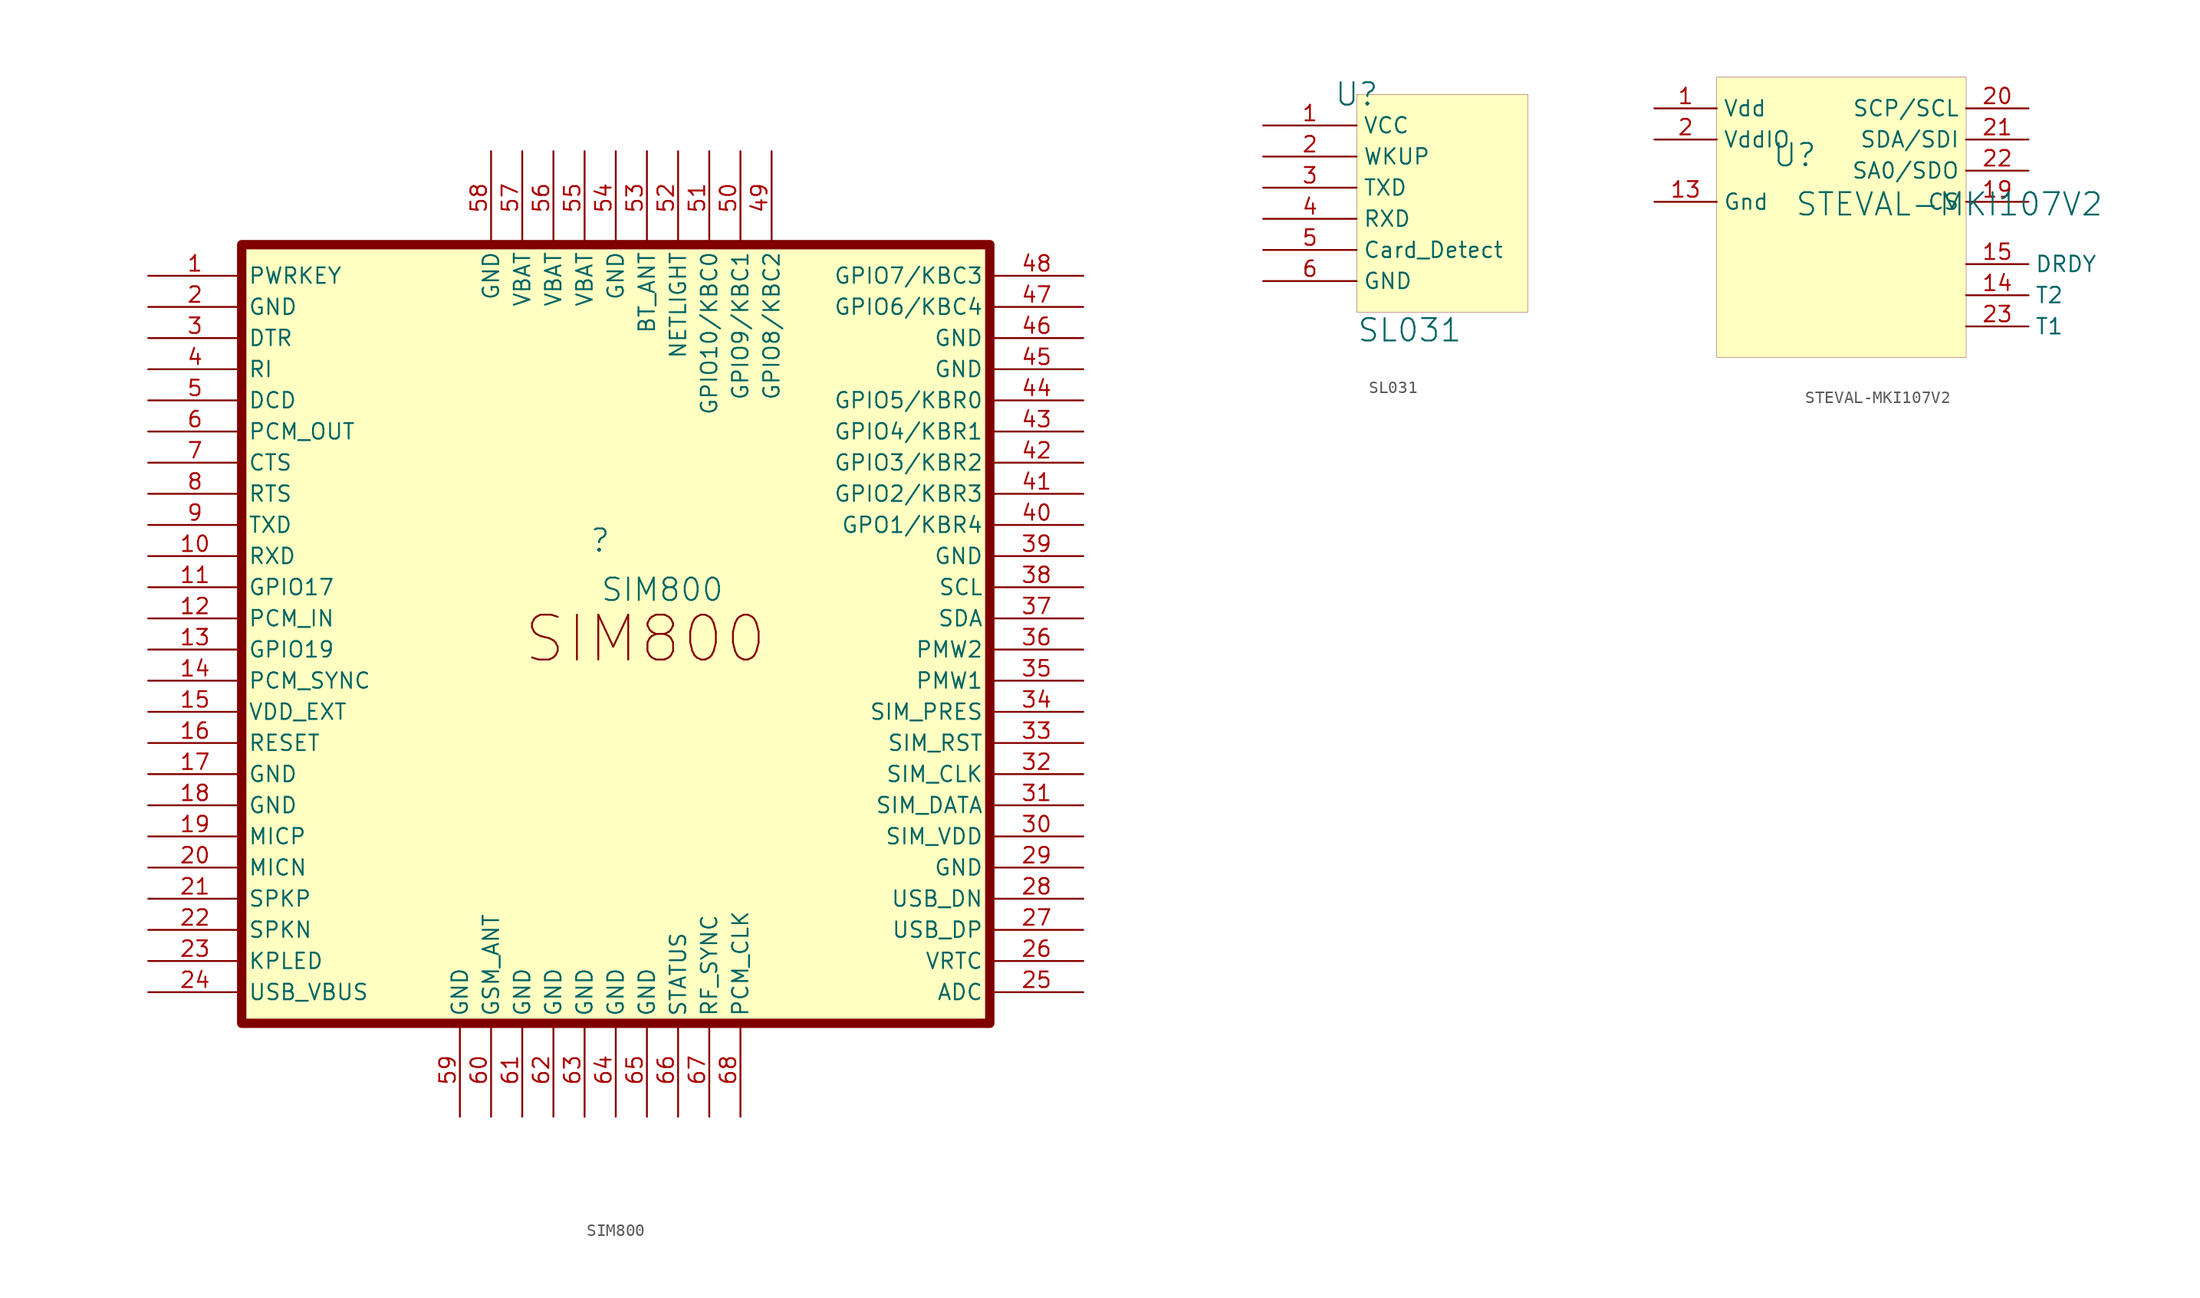
<source format=kicad_sym>
(kicad_symbol_lib
  (version 20241209)
  (generator "kicad_symbol_editor")
  (generator_version "9.0")
  (symbol "SIM800"
    (property "Reference" ""
      (at -1.27 1.27 0)
      (effects (font (size 1.829 1.829))))
    (property "Value" "SIM800"
      (at -1.27 -3.81 0)
      (effects (font (size 1.829 1.829)) (justify left bottom)))
    (symbol "SIM800_1_0"
      (polyline (pts (xy -30.48 -38.1) (xy -30.48 25.4) (xy 30.48 25.4) (xy 30.48 -38.1) (xy -30.48 -38.1)) (stroke (width 0) (type solid) (color 175 155 143 1)) (fill (type none)))
      (rectangle (start 30.48 25.4) (end -30.48 -38.1) (stroke (width 0.762) (type solid) (color 128 0 0 1)) (fill (type background)))
      (text "SIM800" (at -7.62 -8.89 0) (effects (font (size 3.658 3.658)) (justify left bottom)))
      (pin passive line (at -38.1 22.86 0) (length 7.62) (name "PWRKEY" (effects (font (size 1.27 1.27)))) (number "1" (effects (font (size 1.27 1.27)))))
      (pin passive line (at -38.1 20.32 0) (length 7.62) (name "GND" (effects (font (size 1.27 1.27)))) (number "2" (effects (font (size 1.27 1.27)))))
      (pin passive line (at -38.1 17.78 0) (length 7.62) (name "DTR" (effects (font (size 1.27 1.27)))) (number "3" (effects (font (size 1.27 1.27)))))
      (pin passive line (at -38.1 15.24 0) (length 7.62) (name "RI" (effects (font (size 1.27 1.27)))) (number "4" (effects (font (size 1.27 1.27)))))
      (pin passive line (at -38.1 12.7 0) (length 7.62) (name "DCD" (effects (font (size 1.27 1.27)))) (number "5" (effects (font (size 1.27 1.27)))))
      (pin passive line (at -38.1 10.16 0) (length 7.62) (name "PCM_OUT" (effects (font (size 1.27 1.27)))) (number "6" (effects (font (size 1.27 1.27)))))
      (pin passive line (at -38.1 7.62 0) (length 7.62) (name "CTS" (effects (font (size 1.27 1.27)))) (number "7" (effects (font (size 1.27 1.27)))))
      (pin passive line (at -38.1 5.08 0) (length 7.62) (name "RTS" (effects (font (size 1.27 1.27)))) (number "8" (effects (font (size 1.27 1.27)))))
      (pin passive line (at -38.1 2.54 0) (length 7.62) (name "TXD" (effects (font (size 1.27 1.27)))) (number "9" (effects (font (size 1.27 1.27)))))
      (pin passive line (at -38.1 0 0) (length 7.62) (name "RXD" (effects (font (size 1.27 1.27)))) (number "10" (effects (font (size 1.27 1.27)))))
      (pin passive line (at -38.1 -2.54 0) (length 7.62) (name "GPIO17" (effects (font (size 1.27 1.27)))) (number "11" (effects (font (size 1.27 1.27)))))
      (pin passive line (at -38.1 -5.08 0) (length 7.62) (name "PCM_IN" (effects (font (size 1.27 1.27)))) (number "12" (effects (font (size 1.27 1.27)))))
      (pin passive line (at -38.1 -7.62 0) (length 7.62) (name "GPIO19" (effects (font (size 1.27 1.27)))) (number "13" (effects (font (size 1.27 1.27)))))
      (pin passive line (at -38.1 -10.16 0) (length 7.62) (name "PCM_SYNC" (effects (font (size 1.27 1.27)))) (number "14" (effects (font (size 1.27 1.27)))))
      (pin passive line (at -38.1 -12.7 0) (length 7.62) (name "VDD_EXT" (effects (font (size 1.27 1.27)))) (number "15" (effects (font (size 1.27 1.27)))))
      (pin passive line (at -38.1 -15.24 0) (length 7.62) (name "RESET" (effects (font (size 1.27 1.27)))) (number "16" (effects (font (size 1.27 1.27)))))
      (pin passive line (at -38.1 -17.78 0) (length 7.62) (name "GND" (effects (font (size 1.27 1.27)))) (number "17" (effects (font (size 1.27 1.27)))))
      (pin passive line (at -38.1 -20.32 0) (length 7.62) (name "GND" (effects (font (size 1.27 1.27)))) (number "18" (effects (font (size 1.27 1.27)))))
      (pin passive line (at -38.1 -22.86 0) (length 7.62) (name "MICP" (effects (font (size 1.27 1.27)))) (number "19" (effects (font (size 1.27 1.27)))))
      (pin passive line (at -38.1 -25.4 0) (length 7.62) (name "MICN" (effects (font (size 1.27 1.27)))) (number "20" (effects (font (size 1.27 1.27)))))
      (pin passive line (at -38.1 -27.94 0) (length 7.62) (name "SPKP" (effects (font (size 1.27 1.27)))) (number "21" (effects (font (size 1.27 1.27)))))
      (pin passive line (at -38.1 -30.48 0) (length 7.62) (name "SPKN" (effects (font (size 1.27 1.27)))) (number "22" (effects (font (size 1.27 1.27)))))
      (pin passive line (at -38.1 -33.02 0) (length 7.62) (name "KPLED" (effects (font (size 1.27 1.27)))) (number "23" (effects (font (size 1.27 1.27)))))
      (pin passive line (at -38.1 -35.56 0) (length 7.62) (name "USB_VBUS" (effects (font (size 1.27 1.27)))) (number "24" (effects (font (size 1.27 1.27)))))
      (pin passive line (at -12.7 -45.72 90) (length 7.62) (name "GND" (effects (font (size 1.27 1.27)))) (number "59" (effects (font (size 1.27 1.27)))))
      (pin passive line (at -10.16 33.02 270) (length 7.62) (name "GND" (effects (font (size 1.27 1.27)))) (number "58" (effects (font (size 1.27 1.27)))))
      (pin passive line (at -10.16 -45.72 90) (length 7.62) (name "GSM_ANT" (effects (font (size 1.27 1.27)))) (number "60" (effects (font (size 1.27 1.27)))))
      (pin passive line (at -7.62 33.02 270) (length 7.62) (name "VBAT" (effects (font (size 1.27 1.27)))) (number "57" (effects (font (size 1.27 1.27)))))
      (pin passive line (at -7.62 -45.72 90) (length 7.62) (name "GND" (effects (font (size 1.27 1.27)))) (number "61" (effects (font (size 1.27 1.27)))))
      (pin passive line (at -5.08 33.02 270) (length 7.62) (name "VBAT" (effects (font (size 1.27 1.27)))) (number "56" (effects (font (size 1.27 1.27)))))
      (pin passive line (at -5.08 -45.72 90) (length 7.62) (name "GND" (effects (font (size 1.27 1.27)))) (number "62" (effects (font (size 1.27 1.27)))))
      (pin passive line (at -2.54 33.02 270) (length 7.62) (name "VBAT" (effects (font (size 1.27 1.27)))) (number "55" (effects (font (size 1.27 1.27)))))
      (pin passive line (at -2.54 -45.72 90) (length 7.62) (name "GND" (effects (font (size 1.27 1.27)))) (number "63" (effects (font (size 1.27 1.27)))))
      (pin passive line (at 0 33.02 270) (length 7.62) (name "GND" (effects (font (size 1.27 1.27)))) (number "54" (effects (font (size 1.27 1.27)))))
      (pin passive line (at 0 -45.72 90) (length 7.62) (name "GND" (effects (font (size 1.27 1.27)))) (number "64" (effects (font (size 1.27 1.27)))))
      (pin passive line (at 2.54 33.02 270) (length 7.62) (name "BT_ANT" (effects (font (size 1.27 1.27)))) (number "53" (effects (font (size 1.27 1.27)))))
      (pin passive line (at 2.54 -45.72 90) (length 7.62) (name "GND" (effects (font (size 1.27 1.27)))) (number "65" (effects (font (size 1.27 1.27)))))
      (pin passive line (at 5.08 33.02 270) (length 7.62) (name "NETLIGHT" (effects (font (size 1.27 1.27)))) (number "52" (effects (font (size 1.27 1.27)))))
      (pin passive line (at 5.08 -45.72 90) (length 7.62) (name "STATUS" (effects (font (size 1.27 1.27)))) (number "66" (effects (font (size 1.27 1.27)))))
      (pin passive line (at 7.62 33.02 270) (length 7.62) (name "GPIO10/KBC0" (effects (font (size 1.27 1.27)))) (number "51" (effects (font (size 1.27 1.27)))))
      (pin passive line (at 7.62 -45.72 90) (length 7.62) (name "RF_SYNC" (effects (font (size 1.27 1.27)))) (number "67" (effects (font (size 1.27 1.27)))))
      (pin passive line (at 10.16 33.02 270) (length 7.62) (name "GPIO9/KBC1" (effects (font (size 1.27 1.27)))) (number "50" (effects (font (size 1.27 1.27)))))
      (pin passive line (at 10.16 -45.72 90) (length 7.62) (name "PCM_CLK" (effects (font (size 1.27 1.27)))) (number "68" (effects (font (size 1.27 1.27)))))
      (pin passive line (at 12.7 33.02 270) (length 7.62) (name "GPIO8/KBC2" (effects (font (size 1.27 1.27)))) (number "49" (effects (font (size 1.27 1.27)))))
      (pin passive line (at 38.1 22.86 180) (length 7.62) (name "GPIO7/KBC3" (effects (font (size 1.27 1.27)))) (number "48" (effects (font (size 1.27 1.27)))))
      (pin passive line (at 38.1 20.32 180) (length 7.62) (name "GPIO6/KBC4" (effects (font (size 1.27 1.27)))) (number "47" (effects (font (size 1.27 1.27)))))
      (pin passive line (at 38.1 17.78 180) (length 7.62) (name "GND" (effects (font (size 1.27 1.27)))) (number "46" (effects (font (size 1.27 1.27)))))
      (pin passive line (at 38.1 15.24 180) (length 7.62) (name "GND" (effects (font (size 1.27 1.27)))) (number "45" (effects (font (size 1.27 1.27)))))
      (pin passive line (at 38.1 12.7 180) (length 7.62) (name "GPIO5/KBR0" (effects (font (size 1.27 1.27)))) (number "44" (effects (font (size 1.27 1.27)))))
      (pin passive line (at 38.1 10.16 180) (length 7.62) (name "GPIO4/KBR1" (effects (font (size 1.27 1.27)))) (number "43" (effects (font (size 1.27 1.27)))))
      (pin passive line (at 38.1 7.62 180) (length 7.62) (name "GPIO3/KBR2" (effects (font (size 1.27 1.27)))) (number "42" (effects (font (size 1.27 1.27)))))
      (pin passive line (at 38.1 5.08 180) (length 7.62) (name "GPIO2/KBR3" (effects (font (size 1.27 1.27)))) (number "41" (effects (font (size 1.27 1.27)))))
      (pin passive line (at 38.1 2.54 180) (length 7.62) (name "GPO1/KBR4" (effects (font (size 1.27 1.27)))) (number "40" (effects (font (size 1.27 1.27)))))
      (pin passive line (at 38.1 0 180) (length 7.62) (name "GND" (effects (font (size 1.27 1.27)))) (number "39" (effects (font (size 1.27 1.27)))))
      (pin passive line (at 38.1 -2.54 180) (length 7.62) (name "SCL" (effects (font (size 1.27 1.27)))) (number "38" (effects (font (size 1.27 1.27)))))
      (pin passive line (at 38.1 -5.08 180) (length 7.62) (name "SDA" (effects (font (size 1.27 1.27)))) (number "37" (effects (font (size 1.27 1.27)))))
      (pin passive line (at 38.1 -7.62 180) (length 7.62) (name "PMW2" (effects (font (size 1.27 1.27)))) (number "36" (effects (font (size 1.27 1.27)))))
      (pin passive line (at 38.1 -10.16 180) (length 7.62) (name "PMW1" (effects (font (size 1.27 1.27)))) (number "35" (effects (font (size 1.27 1.27)))))
      (pin passive line (at 38.1 -12.7 180) (length 7.62) (name "SIM_PRES" (effects (font (size 1.27 1.27)))) (number "34" (effects (font (size 1.27 1.27)))))
      (pin passive line (at 38.1 -15.24 180) (length 7.62) (name "SIM_RST" (effects (font (size 1.27 1.27)))) (number "33" (effects (font (size 1.27 1.27)))))
      (pin passive line (at 38.1 -17.78 180) (length 7.62) (name "SIM_CLK" (effects (font (size 1.27 1.27)))) (number "32" (effects (font (size 1.27 1.27)))))
      (pin passive line (at 38.1 -20.32 180) (length 7.62) (name "SIM_DATA" (effects (font (size 1.27 1.27)))) (number "31" (effects (font (size 1.27 1.27)))))
      (pin passive line (at 38.1 -22.86 180) (length 7.62) (name "SIM_VDD" (effects (font (size 1.27 1.27)))) (number "30" (effects (font (size 1.27 1.27)))))
      (pin passive line (at 38.1 -25.4 180) (length 7.62) (name "GND" (effects (font (size 1.27 1.27)))) (number "29" (effects (font (size 1.27 1.27)))))
      (pin passive line (at 38.1 -27.94 180) (length 7.62) (name "USB_DN" (effects (font (size 1.27 1.27)))) (number "28" (effects (font (size 1.27 1.27)))))
      (pin passive line (at 38.1 -30.48 180) (length 7.62) (name "USB_DP" (effects (font (size 1.27 1.27)))) (number "27" (effects (font (size 1.27 1.27)))))
      (pin passive line (at 38.1 -33.02 180) (length 7.62) (name "VRTC" (effects (font (size 1.27 1.27)))) (number "26" (effects (font (size 1.27 1.27)))))
      (pin passive line (at 38.1 -35.56 180) (length 7.62) (name "ADC" (effects (font (size 1.27 1.27)))) (number "25" (effects (font (size 1.27 1.27)))))))
  (symbol "SL031"
    (property "Reference" "U"
      (at -3.81 7.62 0)
      (effects (font (size 1.829 1.829))))
    (property "Value" "SL031"
      (at -3.81 -12.7 0)
      (effects (font (size 1.829 1.829)) (justify left bottom)))
    (symbol "SL031_1_0"
      (rectangle (start 10.16 7.62) (end -3.81 -10.16) (stroke (width 0.025) (type solid) (color 128 0 0 1)) (fill (type background)))
      (pin power_in line (at -11.43 5.08 0) (length 7.62) (name "VCC" (effects (font (size 1.27 1.27)))) (number "1" (effects (font (size 1.27 1.27)))))
      (pin input line (at -11.43 2.54 0) (length 7.62) (name "WKUP" (effects (font (size 1.27 1.27)))) (number "2" (effects (font (size 1.27 1.27)))))
      (pin output line (at -11.43 0 0) (length 7.62) (name "TXD" (effects (font (size 1.27 1.27)))) (number "3" (effects (font (size 1.27 1.27)))))
      (pin input line (at -11.43 -2.54 0) (length 7.62) (name "RXD" (effects (font (size 1.27 1.27)))) (number "4" (effects (font (size 1.27 1.27)))))
      (pin output line (at -11.43 -5.08 0) (length 7.62) (name "Card_Detect" (effects (font (size 1.27 1.27)))) (number "5" (effects (font (size 1.27 1.27)))))
      (pin power_in line (at -11.43 -7.62 0) (length 7.62) (name "GND" (effects (font (size 1.27 1.27)))) (number "6" (effects (font (size 1.27 1.27)))))))
  (symbol "STEVAL-MKI107V2"
    (property "Reference" "U"
      (at -1.27 1.27 0)
      (effects (font (size 1.829 1.829))))
    (property "Value" "STEVAL-MKI107V2"
      (at -1.27 -3.81 0)
      (effects (font (size 1.829 1.829)) (justify left bottom)))
    (symbol "STEVAL-MKI107V2_1_0"
      (rectangle (start 12.7 7.62) (end -7.62 -15.24) (stroke (width 0.025) (type solid) (color 128 0 0 1)) (fill (type background)))
      (pin power_in line (at -12.7 5.08 0) (length 5.08) (name "Vdd" (effects (font (size 1.27 1.27)))) (number "1" (effects (font (size 1.27 1.27)))))
      (pin power_in line (at -12.7 2.54 0) (length 5.08) (name "VddIO" (effects (font (size 1.27 1.27)))) (number "2" (effects (font (size 1.27 1.27)))))
      (pin power_in line (at -12.7 -2.54 0) (length 5.08) (name "Gnd" (effects (font (size 1.27 1.27)))) (number "13" (effects (font (size 1.27 1.27)))))
      (pin passive line (at 12.7 -7.62 0) (length 5.08) (name "DRDY" (effects (font (size 1.27 1.27)))) (number "15" (effects (font (size 1.27 1.27)))))
      (pin passive line (at 12.7 -10.16 0) (length 5.08) (name "T2" (effects (font (size 1.27 1.27)))) (number "14" (effects (font (size 1.27 1.27)))))
      (pin passive line (at 12.7 -12.7 0) (length 5.08) (name "T1" (effects (font (size 1.27 1.27)))) (number "23" (effects (font (size 1.27 1.27)))))
      (pin passive line (at 17.78 5.08 180) (length 5.08) (name "SCP/SCL" (effects (font (size 1.27 1.27)))) (number "20" (effects (font (size 1.27 1.27)))))
      (pin passive line (at 17.78 2.54 180) (length 5.08) (name "SDA/SDI" (effects (font (size 1.27 1.27)))) (number "21" (effects (font (size 1.27 1.27)))))
      (pin passive line (at 17.78 0 180) (length 5.08) (name "SA0/SDO" (effects (font (size 1.27 1.27)))) (number "22" (effects (font (size 1.27 1.27)))))
      (pin passive line (at 17.78 -2.54 180) (length 5.08) (name "CS" (effects (font (size 1.27 1.27)))) (number "19" (effects (font (size 1.27 1.27))))))))
</source>
